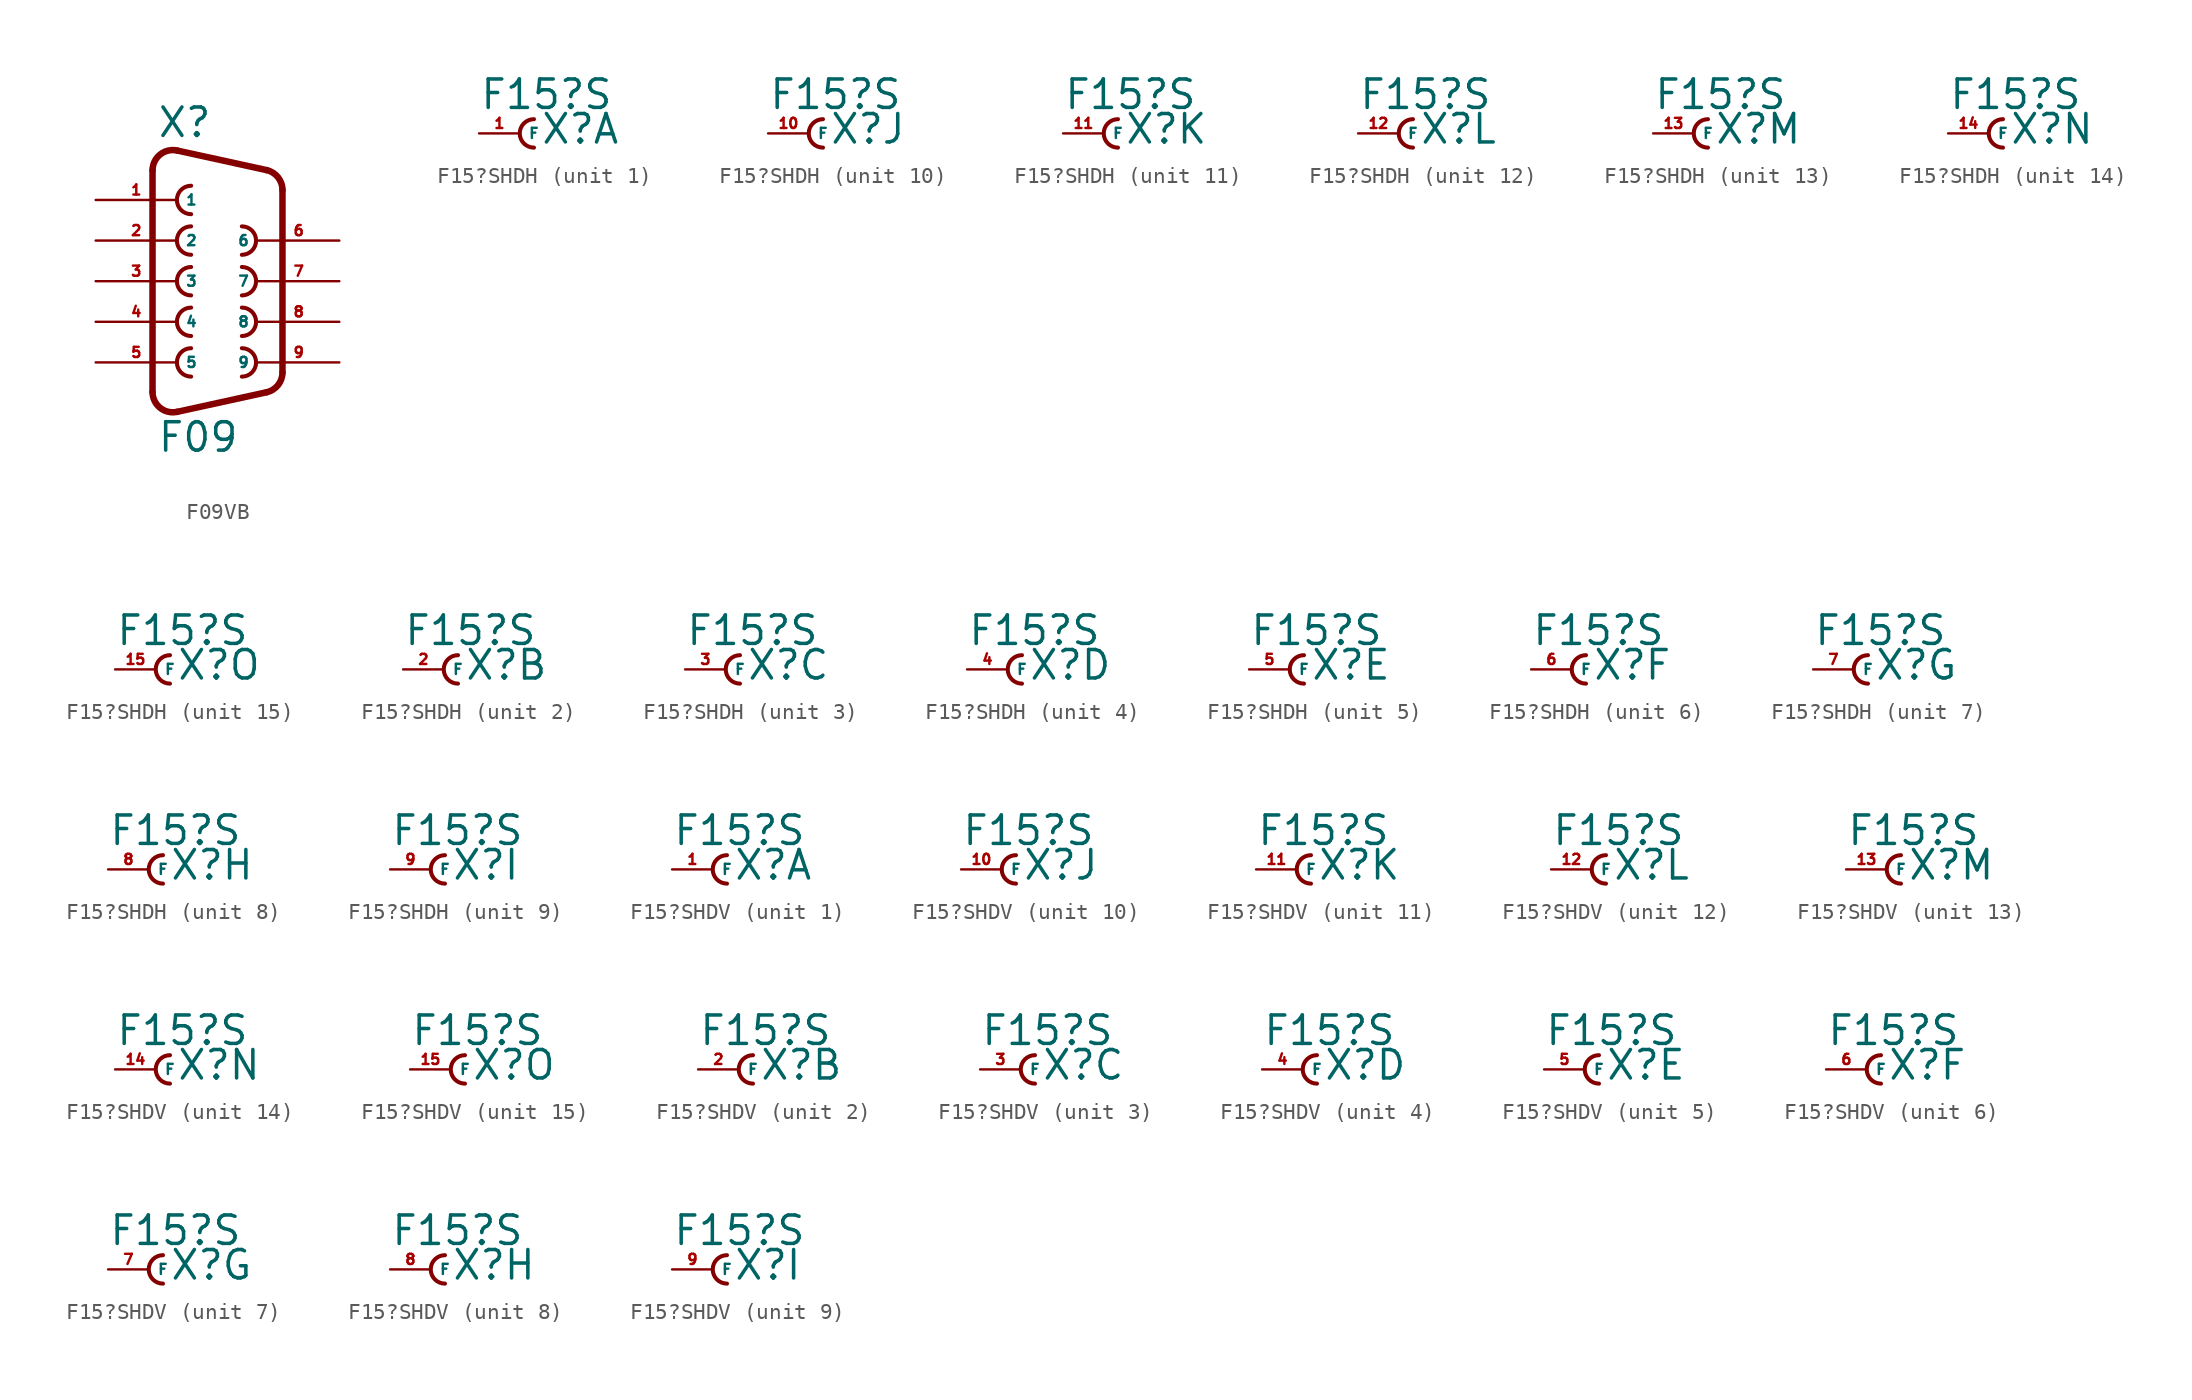
<source format=kicad_sym>
(kicad_symbol_lib
  (version 20220914)
  (generator Eagle2Kicad)
  (symbol "F09VB"
    (property "Reference" "X"
      (at -3.81 8.89 0)
      (effects (font (size 1.778 1.778) (thickness 0.22)) (justify left bottom)))
    (property "Value" "F09"
      (at -3.81 -10.795 0)
      (effects (font (size 1.778 1.778) (thickness 0.22)) (justify left bottom)))
    (arc
      (start -1.651 3.429)
      (mid -2.540 2.540)
      (end -1.651 1.651)
      (stroke (width 0.254) (type default))
      (fill (type none)))
    (arc
      (start 1.524 1.651)
      (mid 2.413 2.540)
      (end 1.524 3.429)
      (stroke (width 0.254) (type default))
      (fill (type none)))
    (arc
      (start -1.651 5.969)
      (mid -2.540 5.080)
      (end -1.651 4.191)
      (stroke (width 0.254) (type default))
      (fill (type none)))
    (arc
      (start 1.524 -3.429)
      (mid 2.413 -2.540)
      (end 1.524 -1.651)
      (stroke (width 0.254) (type default))
      (fill (type none)))
    (arc
      (start -1.651 0.889)
      (mid -2.540 0.000)
      (end -1.651 -0.889)
      (stroke (width 0.254) (type default))
      (fill (type none)))
    (arc
      (start 1.524 -0.889)
      (mid 2.413 0.000)
      (end 1.524 0.889)
      (stroke (width 0.254) (type default))
      (fill (type none)))
    (arc
      (start -1.651 -1.651)
      (mid -2.540 -2.540)
      (end -1.651 -3.429)
      (stroke (width 0.254) (type default))
      (fill (type none)))
    (arc
      (start 1.524 -5.969)
      (mid 2.413 -5.080)
      (end 1.524 -4.191)
      (stroke (width 0.254) (type default))
      (fill (type none)))
    (arc
      (start -1.651 -4.191)
      (mid -2.540 -5.080)
      (end -1.651 -5.969)
      (stroke (width 0.254) (type default))
      (fill (type none)))
    (arc
      (start -2.5226 8.172)
      (mid -3.590 7.921)
      (end -4.064 6.9312)
      (stroke (width 0.4064) (type default))
      (fill (type none)))
    (polyline
      (pts (xy -2.523 8.172) (xy 3.065 6.949))
      (stroke (width 0.406) (type default))
      (fill (type none)))
    (arc
      (start 4.0642 5.7088)
      (mid 3.783 6.505)
      (end 3.0654 6.9495)
      (stroke (width 0.4064) (type default))
      (fill (type none)))
    (polyline
      (pts (xy 4.064 -5.709) (xy 4.064 5.709))
      (stroke (width 0.406) (type default))
      (fill (type none)))
    (arc
      (start 3.0654 -6.9494)
      (mid 3.783 -6.505)
      (end 4.064 -5.7088)
      (stroke (width 0.4064) (type default))
      (fill (type none)))
    (polyline
      (pts (xy -4.064 -6.931) (xy -4.064 6.931))
      (stroke (width 0.406) (type default))
      (fill (type none)))
    (polyline
      (pts (xy -2.523 -8.172) (xy 3.065 -6.949))
      (stroke (width 0.406) (type default))
      (fill (type none)))
    (arc
      (start -4.064 -6.9312)
      (mid -3.590 -7.921)
      (end -2.5226 -8.1719)
      (stroke (width 0.4064) (type default))
      (fill (type none)))
    (pin passive line
      (at -7.62 5.08 0)
      (length 5.08)
      (name "1" (effects (font (size 0.635 0.635) (thickness 0.08)) (justify left bottom)))
      (number "1" (effects (font (size 0.635 0.635) (thickness 0.08)) (justify left bottom))))
    (pin passive line
      (at 7.62 2.54 180)
      (length 5.08)
      (name "6" (effects (font (size 0.635 0.635) (thickness 0.08)) (justify left bottom)))
      (number "6" (effects (font (size 0.635 0.635) (thickness 0.08)) (justify left bottom))))
    (pin passive line
      (at -7.62 2.54 0)
      (length 5.08)
      (name "2" (effects (font (size 0.635 0.635) (thickness 0.08)) (justify left bottom)))
      (number "2" (effects (font (size 0.635 0.635) (thickness 0.08)) (justify left bottom))))
    (pin passive line
      (at 7.62 0 180)
      (length 5.08)
      (name "7" (effects (font (size 0.635 0.635) (thickness 0.08)) (justify left bottom)))
      (number "7" (effects (font (size 0.635 0.635) (thickness 0.08)) (justify left bottom))))
    (pin passive line
      (at -7.62 0 0)
      (length 5.08)
      (name "3" (effects (font (size 0.635 0.635) (thickness 0.08)) (justify left bottom)))
      (number "3" (effects (font (size 0.635 0.635) (thickness 0.08)) (justify left bottom))))
    (pin passive line
      (at 7.62 -2.54 180)
      (length 5.08)
      (name "8" (effects (font (size 0.635 0.635) (thickness 0.08)) (justify left bottom)))
      (number "8" (effects (font (size 0.635 0.635) (thickness 0.08)) (justify left bottom))))
    (pin passive line
      (at -7.62 -2.54 0)
      (length 5.08)
      (name "4" (effects (font (size 0.635 0.635) (thickness 0.08)) (justify left bottom)))
      (number "4" (effects (font (size 0.635 0.635) (thickness 0.08)) (justify left bottom))))
    (pin passive line
      (at 7.62 -5.08 180)
      (length 5.08)
      (name "9" (effects (font (size 0.635 0.635) (thickness 0.08)) (justify left bottom)))
      (number "9" (effects (font (size 0.635 0.635) (thickness 0.08)) (justify left bottom))))
    (pin passive line
      (at -7.62 -5.08 0)
      (length 5.08)
      (name "5" (effects (font (size 0.635 0.635) (thickness 0.08)) (justify left bottom)))
      (number "5" (effects (font (size 0.635 0.635) (thickness 0.08)) (justify left bottom)))))
  (symbol "F15?SHDH"
    (property "Reference" "X"
      (at 1.27 -0.762 0)
      (effects (font (size 1.778 1.778) (thickness 0.22)) (justify left bottom)))
    (property "Value" "F15?S"
      (at -2.54 1.397 0)
      (effects (font (size 1.778 1.778) (thickness 0.22)) (justify left bottom)))
    (symbol "F15?SHDH_1_0"
      (arc (start 0.889 0.889) (mid 0.000 0.000) (end 0.889 -0.889) (stroke (width 0.254) (type default)) (fill (type none)))
      (pin passive line (at -2.54 0 0) (length 2.54) (name "F" (effects (font (size 0.635 0.635) (thickness 0.08)) (justify left bottom))) (number "1" (effects (font (size 0.635 0.635) (thickness 0.08)) (justify left bottom)))))
    (symbol "F15?SHDH_2_0"
      (arc (start 0.889 0.889) (mid 0.000 0.000) (end 0.889 -0.889) (stroke (width 0.254) (type default)) (fill (type none)))
      (pin passive line (at -2.54 0 0) (length 2.54) (name "F" (effects (font (size 0.635 0.635) (thickness 0.08)) (justify left bottom))) (number "2" (effects (font (size 0.635 0.635) (thickness 0.08)) (justify left bottom)))))
    (symbol "F15?SHDH_3_0"
      (arc (start 0.889 0.889) (mid 0.000 0.000) (end 0.889 -0.889) (stroke (width 0.254) (type default)) (fill (type none)))
      (pin passive line (at -2.54 0 0) (length 2.54) (name "F" (effects (font (size 0.635 0.635) (thickness 0.08)) (justify left bottom))) (number "3" (effects (font (size 0.635 0.635) (thickness 0.08)) (justify left bottom)))))
    (symbol "F15?SHDH_4_0"
      (arc (start 0.889 0.889) (mid 0.000 0.000) (end 0.889 -0.889) (stroke (width 0.254) (type default)) (fill (type none)))
      (pin passive line (at -2.54 0 0) (length 2.54) (name "F" (effects (font (size 0.635 0.635) (thickness 0.08)) (justify left bottom))) (number "4" (effects (font (size 0.635 0.635) (thickness 0.08)) (justify left bottom)))))
    (symbol "F15?SHDH_5_0"
      (arc (start 0.889 0.889) (mid 0.000 0.000) (end 0.889 -0.889) (stroke (width 0.254) (type default)) (fill (type none)))
      (pin passive line (at -2.54 0 0) (length 2.54) (name "F" (effects (font (size 0.635 0.635) (thickness 0.08)) (justify left bottom))) (number "5" (effects (font (size 0.635 0.635) (thickness 0.08)) (justify left bottom)))))
    (symbol "F15?SHDH_6_0"
      (arc (start 0.889 0.889) (mid 0.000 0.000) (end 0.889 -0.889) (stroke (width 0.254) (type default)) (fill (type none)))
      (pin passive line (at -2.54 0 0) (length 2.54) (name "F" (effects (font (size 0.635 0.635) (thickness 0.08)) (justify left bottom))) (number "6" (effects (font (size 0.635 0.635) (thickness 0.08)) (justify left bottom)))))
    (symbol "F15?SHDH_7_0"
      (arc (start 0.889 0.889) (mid 0.000 0.000) (end 0.889 -0.889) (stroke (width 0.254) (type default)) (fill (type none)))
      (pin passive line (at -2.54 0 0) (length 2.54) (name "F" (effects (font (size 0.635 0.635) (thickness 0.08)) (justify left bottom))) (number "7" (effects (font (size 0.635 0.635) (thickness 0.08)) (justify left bottom)))))
    (symbol "F15?SHDH_8_0"
      (arc (start 0.889 0.889) (mid 0.000 0.000) (end 0.889 -0.889) (stroke (width 0.254) (type default)) (fill (type none)))
      (pin passive line (at -2.54 0 0) (length 2.54) (name "F" (effects (font (size 0.635 0.635) (thickness 0.08)) (justify left bottom))) (number "8" (effects (font (size 0.635 0.635) (thickness 0.08)) (justify left bottom)))))
    (symbol "F15?SHDH_9_0"
      (arc (start 0.889 0.889) (mid 0.000 0.000) (end 0.889 -0.889) (stroke (width 0.254) (type default)) (fill (type none)))
      (pin passive line (at -2.54 0 0) (length 2.54) (name "F" (effects (font (size 0.635 0.635) (thickness 0.08)) (justify left bottom))) (number "9" (effects (font (size 0.635 0.635) (thickness 0.08)) (justify left bottom)))))
    (symbol "F15?SHDH_10_0"
      (arc (start 0.889 0.889) (mid 0.000 0.000) (end 0.889 -0.889) (stroke (width 0.254) (type default)) (fill (type none)))
      (pin passive line (at -2.54 0 0) (length 2.54) (name "F" (effects (font (size 0.635 0.635) (thickness 0.08)) (justify left bottom))) (number "10" (effects (font (size 0.635 0.635) (thickness 0.08)) (justify left bottom)))))
    (symbol "F15?SHDH_11_0"
      (arc (start 0.889 0.889) (mid 0.000 0.000) (end 0.889 -0.889) (stroke (width 0.254) (type default)) (fill (type none)))
      (pin passive line (at -2.54 0 0) (length 2.54) (name "F" (effects (font (size 0.635 0.635) (thickness 0.08)) (justify left bottom))) (number "11" (effects (font (size 0.635 0.635) (thickness 0.08)) (justify left bottom)))))
    (symbol "F15?SHDH_12_0"
      (arc (start 0.889 0.889) (mid 0.000 0.000) (end 0.889 -0.889) (stroke (width 0.254) (type default)) (fill (type none)))
      (pin passive line (at -2.54 0 0) (length 2.54) (name "F" (effects (font (size 0.635 0.635) (thickness 0.08)) (justify left bottom))) (number "12" (effects (font (size 0.635 0.635) (thickness 0.08)) (justify left bottom)))))
    (symbol "F15?SHDH_13_0"
      (arc (start 0.889 0.889) (mid 0.000 0.000) (end 0.889 -0.889) (stroke (width 0.254) (type default)) (fill (type none)))
      (pin passive line (at -2.54 0 0) (length 2.54) (name "F" (effects (font (size 0.635 0.635) (thickness 0.08)) (justify left bottom))) (number "13" (effects (font (size 0.635 0.635) (thickness 0.08)) (justify left bottom)))))
    (symbol "F15?SHDH_14_0"
      (arc (start 0.889 0.889) (mid 0.000 0.000) (end 0.889 -0.889) (stroke (width 0.254) (type default)) (fill (type none)))
      (pin passive line (at -2.54 0 0) (length 2.54) (name "F" (effects (font (size 0.635 0.635) (thickness 0.08)) (justify left bottom))) (number "14" (effects (font (size 0.635 0.635) (thickness 0.08)) (justify left bottom)))))
    (symbol "F15?SHDH_15_0"
      (arc (start 0.889 0.889) (mid 0.000 0.000) (end 0.889 -0.889) (stroke (width 0.254) (type default)) (fill (type none)))
      (pin passive line (at -2.54 0 0) (length 2.54) (name "F" (effects (font (size 0.635 0.635) (thickness 0.08)) (justify left bottom))) (number "15" (effects (font (size 0.635 0.635) (thickness 0.08)) (justify left bottom))))))
  (symbol "F15?SHDV"
    (property "Reference" "X"
      (at 1.27 -0.762 0)
      (effects (font (size 1.778 1.778) (thickness 0.22)) (justify left bottom)))
    (property "Value" "F15?S"
      (at -2.54 1.397 0)
      (effects (font (size 1.778 1.778) (thickness 0.22)) (justify left bottom)))
    (symbol "F15?SHDV_1_0"
      (arc (start 0.889 0.889) (mid 0.000 0.000) (end 0.889 -0.889) (stroke (width 0.254) (type default)) (fill (type none)))
      (pin passive line (at -2.54 0 0) (length 2.54) (name "F" (effects (font (size 0.635 0.635) (thickness 0.08)) (justify left bottom))) (number "1" (effects (font (size 0.635 0.635) (thickness 0.08)) (justify left bottom)))))
    (symbol "F15?SHDV_2_0"
      (arc (start 0.889 0.889) (mid 0.000 0.000) (end 0.889 -0.889) (stroke (width 0.254) (type default)) (fill (type none)))
      (pin passive line (at -2.54 0 0) (length 2.54) (name "F" (effects (font (size 0.635 0.635) (thickness 0.08)) (justify left bottom))) (number "2" (effects (font (size 0.635 0.635) (thickness 0.08)) (justify left bottom)))))
    (symbol "F15?SHDV_3_0"
      (arc (start 0.889 0.889) (mid 0.000 0.000) (end 0.889 -0.889) (stroke (width 0.254) (type default)) (fill (type none)))
      (pin passive line (at -2.54 0 0) (length 2.54) (name "F" (effects (font (size 0.635 0.635) (thickness 0.08)) (justify left bottom))) (number "3" (effects (font (size 0.635 0.635) (thickness 0.08)) (justify left bottom)))))
    (symbol "F15?SHDV_4_0"
      (arc (start 0.889 0.889) (mid 0.000 0.000) (end 0.889 -0.889) (stroke (width 0.254) (type default)) (fill (type none)))
      (pin passive line (at -2.54 0 0) (length 2.54) (name "F" (effects (font (size 0.635 0.635) (thickness 0.08)) (justify left bottom))) (number "4" (effects (font (size 0.635 0.635) (thickness 0.08)) (justify left bottom)))))
    (symbol "F15?SHDV_5_0"
      (arc (start 0.889 0.889) (mid 0.000 0.000) (end 0.889 -0.889) (stroke (width 0.254) (type default)) (fill (type none)))
      (pin passive line (at -2.54 0 0) (length 2.54) (name "F" (effects (font (size 0.635 0.635) (thickness 0.08)) (justify left bottom))) (number "5" (effects (font (size 0.635 0.635) (thickness 0.08)) (justify left bottom)))))
    (symbol "F15?SHDV_6_0"
      (arc (start 0.889 0.889) (mid 0.000 0.000) (end 0.889 -0.889) (stroke (width 0.254) (type default)) (fill (type none)))
      (pin passive line (at -2.54 0 0) (length 2.54) (name "F" (effects (font (size 0.635 0.635) (thickness 0.08)) (justify left bottom))) (number "6" (effects (font (size 0.635 0.635) (thickness 0.08)) (justify left bottom)))))
    (symbol "F15?SHDV_7_0"
      (arc (start 0.889 0.889) (mid 0.000 0.000) (end 0.889 -0.889) (stroke (width 0.254) (type default)) (fill (type none)))
      (pin passive line (at -2.54 0 0) (length 2.54) (name "F" (effects (font (size 0.635 0.635) (thickness 0.08)) (justify left bottom))) (number "7" (effects (font (size 0.635 0.635) (thickness 0.08)) (justify left bottom)))))
    (symbol "F15?SHDV_8_0"
      (arc (start 0.889 0.889) (mid 0.000 0.000) (end 0.889 -0.889) (stroke (width 0.254) (type default)) (fill (type none)))
      (pin passive line (at -2.54 0 0) (length 2.54) (name "F" (effects (font (size 0.635 0.635) (thickness 0.08)) (justify left bottom))) (number "8" (effects (font (size 0.635 0.635) (thickness 0.08)) (justify left bottom)))))
    (symbol "F15?SHDV_9_0"
      (arc (start 0.889 0.889) (mid 0.000 0.000) (end 0.889 -0.889) (stroke (width 0.254) (type default)) (fill (type none)))
      (pin passive line (at -2.54 0 0) (length 2.54) (name "F" (effects (font (size 0.635 0.635) (thickness 0.08)) (justify left bottom))) (number "9" (effects (font (size 0.635 0.635) (thickness 0.08)) (justify left bottom)))))
    (symbol "F15?SHDV_10_0"
      (arc (start 0.889 0.889) (mid 0.000 0.000) (end 0.889 -0.889) (stroke (width 0.254) (type default)) (fill (type none)))
      (pin passive line (at -2.54 0 0) (length 2.54) (name "F" (effects (font (size 0.635 0.635) (thickness 0.08)) (justify left bottom))) (number "10" (effects (font (size 0.635 0.635) (thickness 0.08)) (justify left bottom)))))
    (symbol "F15?SHDV_11_0"
      (arc (start 0.889 0.889) (mid 0.000 0.000) (end 0.889 -0.889) (stroke (width 0.254) (type default)) (fill (type none)))
      (pin passive line (at -2.54 0 0) (length 2.54) (name "F" (effects (font (size 0.635 0.635) (thickness 0.08)) (justify left bottom))) (number "11" (effects (font (size 0.635 0.635) (thickness 0.08)) (justify left bottom)))))
    (symbol "F15?SHDV_12_0"
      (arc (start 0.889 0.889) (mid 0.000 0.000) (end 0.889 -0.889) (stroke (width 0.254) (type default)) (fill (type none)))
      (pin passive line (at -2.54 0 0) (length 2.54) (name "F" (effects (font (size 0.635 0.635) (thickness 0.08)) (justify left bottom))) (number "12" (effects (font (size 0.635 0.635) (thickness 0.08)) (justify left bottom)))))
    (symbol "F15?SHDV_13_0"
      (arc (start 0.889 0.889) (mid 0.000 0.000) (end 0.889 -0.889) (stroke (width 0.254) (type default)) (fill (type none)))
      (pin passive line (at -2.54 0 0) (length 2.54) (name "F" (effects (font (size 0.635 0.635) (thickness 0.08)) (justify left bottom))) (number "13" (effects (font (size 0.635 0.635) (thickness 0.08)) (justify left bottom)))))
    (symbol "F15?SHDV_14_0"
      (arc (start 0.889 0.889) (mid 0.000 0.000) (end 0.889 -0.889) (stroke (width 0.254) (type default)) (fill (type none)))
      (pin passive line (at -2.54 0 0) (length 2.54) (name "F" (effects (font (size 0.635 0.635) (thickness 0.08)) (justify left bottom))) (number "14" (effects (font (size 0.635 0.635) (thickness 0.08)) (justify left bottom)))))
    (symbol "F15?SHDV_15_0"
      (arc (start 0.889 0.889) (mid 0.000 0.000) (end 0.889 -0.889) (stroke (width 0.254) (type default)) (fill (type none)))
      (pin passive line (at -2.54 0 0) (length 2.54) (name "F" (effects (font (size 0.635 0.635) (thickness 0.08)) (justify left bottom))) (number "15" (effects (font (size 0.635 0.635) (thickness 0.08)) (justify left bottom)))))))
</source>
